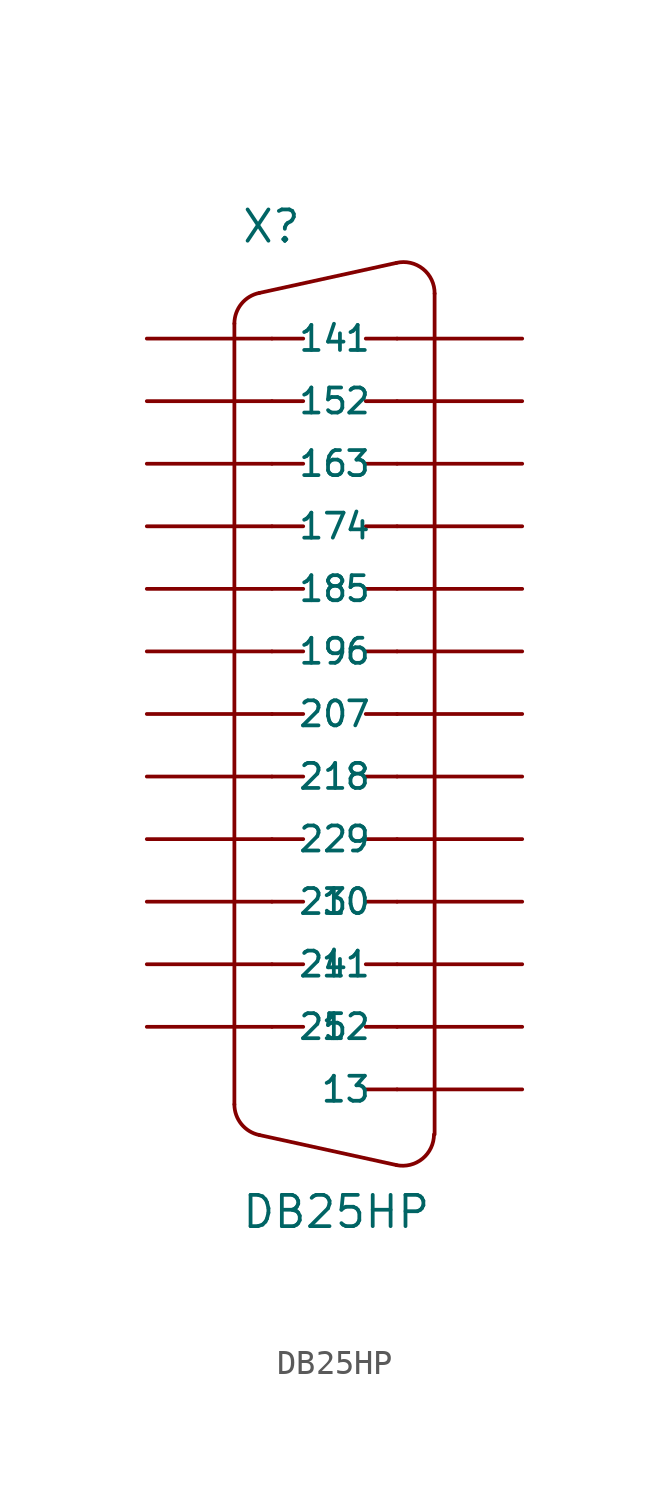
<source format=kicad_sym>
(kicad_symbol_lib
  (version 20211014)
  (generator kicad_symbol_editor)
  (symbol "DB25HP"
    (pin_numbers hide)
    (pin_names
      (offset 1.016))
    (property "Reference" "X"
      (at -3.81 16.51 0)
      (effects (font (size 1.27 1.27)) (justify left bottom)))
    (property "Value" "DB25HP"
      (at -3.81 -23.495 0)
      (effects (font (size 1.27 1.27)) (justify left bottom)))
    (property "Datasheet" ""
      (at 0 0 0)
      (effects (font (size 1.524 1.524))))
    (property "ki_locked" ""
      (at 0 0 0)
      (effects (font (size 1.27 1.27))))
    (symbol "DB25HP_1_0"
      (polyline (pts (xy -4.064 13.31) (xy -4.064 -18.39)) (stroke (width 0) (type default) (color 0 0 0 0)) (fill (type none)))
      (polyline (pts (xy -2.54 -15.24) (xy -1.27 -15.24)) (stroke (width 0) (type default) (color 0 0 0 0)) (fill (type none)))
      (polyline (pts (xy -2.54 -12.7) (xy -1.27 -12.7)) (stroke (width 0) (type default) (color 0 0 0 0)) (fill (type none)))
      (polyline (pts (xy -2.54 -10.16) (xy -1.27 -10.16)) (stroke (width 0) (type default) (color 0 0 0 0)) (fill (type none)))
      (polyline (pts (xy -2.54 -7.62) (xy -1.27 -7.62)) (stroke (width 0) (type default) (color 0 0 0 0)) (fill (type none)))
      (polyline (pts (xy -2.54 -5.08) (xy -1.27 -5.08)) (stroke (width 0) (type default) (color 0 0 0 0)) (fill (type none)))
      (polyline (pts (xy -2.54 -2.54) (xy -1.27 -2.54)) (stroke (width 0) (type default) (color 0 0 0 0)) (fill (type none)))
      (polyline (pts (xy -2.54 0) (xy -1.27 0)) (stroke (width 0) (type default) (color 0 0 0 0)) (fill (type none)))
      (polyline (pts (xy -2.54 2.54) (xy -1.27 2.54)) (stroke (width 0) (type default) (color 0 0 0 0)) (fill (type none)))
      (polyline (pts (xy -2.54 5.08) (xy -1.27 5.08)) (stroke (width 0) (type default) (color 0 0 0 0)) (fill (type none)))
      (polyline (pts (xy -2.54 7.62) (xy -1.27 7.62)) (stroke (width 0) (type default) (color 0 0 0 0)) (fill (type none)))
      (polyline (pts (xy -2.54 10.16) (xy -1.27 10.16)) (stroke (width 0) (type default) (color 0 0 0 0)) (fill (type none)))
      (polyline (pts (xy -2.54 12.7) (xy -1.27 12.7)) (stroke (width 0) (type default) (color 0 0 0 0)) (fill (type none)))
      (polyline (pts (xy 1.27 -17.78) (xy 2.54 -17.78)) (stroke (width 0) (type default) (color 0 0 0 0)) (fill (type none)))
      (polyline (pts (xy 1.27 -15.24) (xy 2.54 -15.24)) (stroke (width 0) (type default) (color 0 0 0 0)) (fill (type none)))
      (polyline (pts (xy 1.27 -12.7) (xy 2.54 -12.7)) (stroke (width 0) (type default) (color 0 0 0 0)) (fill (type none)))
      (polyline (pts (xy 1.27 -10.16) (xy 2.54 -10.16)) (stroke (width 0) (type default) (color 0 0 0 0)) (fill (type none)))
      (polyline (pts (xy 1.27 -7.62) (xy 2.54 -7.62)) (stroke (width 0) (type default) (color 0 0 0 0)) (fill (type none)))
      (polyline (pts (xy 1.27 -5.08) (xy 2.54 -5.08)) (stroke (width 0) (type default) (color 0 0 0 0)) (fill (type none)))
      (polyline (pts (xy 1.27 -2.54) (xy 2.54 -2.54)) (stroke (width 0) (type default) (color 0 0 0 0)) (fill (type none)))
      (polyline (pts (xy 1.27 0) (xy 2.54 0)) (stroke (width 0) (type default) (color 0 0 0 0)) (fill (type none)))
      (polyline (pts (xy 1.27 2.54) (xy 2.54 2.54)) (stroke (width 0) (type default) (color 0 0 0 0)) (fill (type none)))
      (polyline (pts (xy 1.27 5.08) (xy 2.54 5.08)) (stroke (width 0) (type default) (color 0 0 0 0)) (fill (type none)))
      (polyline (pts (xy 1.27 7.62) (xy 2.54 7.62)) (stroke (width 0) (type default) (color 0 0 0 0)) (fill (type none)))
      (polyline (pts (xy 1.27 10.16) (xy 2.54 10.16)) (stroke (width 0) (type default) (color 0 0 0 0)) (fill (type none)))
      (polyline (pts (xy 1.27 12.7) (xy 2.54 12.7)) (stroke (width 0) (type default) (color 0 0 0 0)) (fill (type none)))
      (polyline (pts (xy 2.515 -20.853) (xy -3.048 -19.634)) (stroke (width 0) (type default) (color 0 0 0 0)) (fill (type none)))
      (polyline (pts (xy 2.515 15.773) (xy -3.048 14.554)) (stroke (width 0) (type default) (color 0 0 0 0)) (fill (type none)))
      (polyline (pts (xy 4.064 14.529) (xy 4.064 -19.609)) (stroke (width 0) (type default) (color 0 0 0 0)) (fill (type none))))
    (symbol "DB25HP_1_1"
      (arc (start -4.064 -18.3896) (mid -3.7777 -19.1928) (end -3.048 -19.6342) (stroke (width 0) (type default) (color 0 0 0 0)) (fill (type none)))
      (arc (start -3.048 14.5542) (mid -3.7779 14.113) (end -4.064 13.3096) (stroke (width 0) (type default) (color 0 0 0 0)) (fill (type none)))
      (arc (start 2.5146 -20.8534) (mid 3.572 -20.5927) (end 4.0386 -19.6088) (stroke (width 0) (type default) (color 0 0 0 0)) (fill (type none)))
      (arc (start 4.064 14.5288) (mid 3.5879 15.5322) (end 2.5146 15.7734) (stroke (width 0) (type default) (color 0 0 0 0)) (fill (type none)))
      (pin passive line (at 7.62 12.7 180) (length 5.08) (name "1" (effects (font (size 1.016 1.016)))) (number "1" (effects (font (size 1.016 1.016)))))
      (pin passive line (at 7.62 -10.16 180) (length 5.08) (name "10" (effects (font (size 1.016 1.016)))) (number "10" (effects (font (size 1.016 1.016)))))
      (pin passive line (at 7.62 -12.7 180) (length 5.08) (name "11" (effects (font (size 1.016 1.016)))) (number "11" (effects (font (size 1.016 1.016)))))
      (pin passive line (at 7.62 -15.24 180) (length 5.08) (name "12" (effects (font (size 1.016 1.016)))) (number "12" (effects (font (size 1.016 1.016)))))
      (pin passive line (at 7.62 -17.78 180) (length 5.08) (name "13" (effects (font (size 1.016 1.016)))) (number "13" (effects (font (size 1.016 1.016)))))
      (pin passive line (at -7.62 12.7 0) (length 5.08) (name "14" (effects (font (size 1.016 1.016)))) (number "14" (effects (font (size 1.016 1.016)))))
      (pin passive line (at -7.62 10.16 0) (length 5.08) (name "15" (effects (font (size 1.016 1.016)))) (number "15" (effects (font (size 1.016 1.016)))))
      (pin passive line (at -7.62 7.62 0) (length 5.08) (name "16" (effects (font (size 1.016 1.016)))) (number "16" (effects (font (size 1.016 1.016)))))
      (pin passive line (at -7.62 5.08 0) (length 5.08) (name "17" (effects (font (size 1.016 1.016)))) (number "17" (effects (font (size 1.016 1.016)))))
      (pin passive line (at -7.62 2.54 0) (length 5.08) (name "18" (effects (font (size 1.016 1.016)))) (number "18" (effects (font (size 1.016 1.016)))))
      (pin passive line (at -7.62 0 0) (length 5.08) (name "19" (effects (font (size 1.016 1.016)))) (number "19" (effects (font (size 1.016 1.016)))))
      (pin passive line (at 7.62 10.16 180) (length 5.08) (name "2" (effects (font (size 1.016 1.016)))) (number "2" (effects (font (size 1.016 1.016)))))
      (pin passive line (at -7.62 -2.54 0) (length 5.08) (name "20" (effects (font (size 1.016 1.016)))) (number "20" (effects (font (size 1.016 1.016)))))
      (pin passive line (at -7.62 -5.08 0) (length 5.08) (name "21" (effects (font (size 1.016 1.016)))) (number "21" (effects (font (size 1.016 1.016)))))
      (pin passive line (at -7.62 -7.62 0) (length 5.08) (name "22" (effects (font (size 1.016 1.016)))) (number "22" (effects (font (size 1.016 1.016)))))
      (pin passive line (at -7.62 -10.16 0) (length 5.08) (name "23" (effects (font (size 1.016 1.016)))) (number "23" (effects (font (size 1.016 1.016)))))
      (pin passive line (at -7.62 -12.7 0) (length 5.08) (name "24" (effects (font (size 1.016 1.016)))) (number "24" (effects (font (size 1.016 1.016)))))
      (pin passive line (at -7.62 -15.24 0) (length 5.08) (name "25" (effects (font (size 1.016 1.016)))) (number "25" (effects (font (size 1.016 1.016)))))
      (pin passive line (at 7.62 7.62 180) (length 5.08) (name "3" (effects (font (size 1.016 1.016)))) (number "3" (effects (font (size 1.016 1.016)))))
      (pin passive line (at 7.62 5.08 180) (length 5.08) (name "4" (effects (font (size 1.016 1.016)))) (number "4" (effects (font (size 1.016 1.016)))))
      (pin passive line (at 7.62 2.54 180) (length 5.08) (name "5" (effects (font (size 1.016 1.016)))) (number "5" (effects (font (size 1.016 1.016)))))
      (pin passive line (at 7.62 0 180) (length 5.08) (name "6" (effects (font (size 1.016 1.016)))) (number "6" (effects (font (size 1.016 1.016)))))
      (pin passive line (at 7.62 -2.54 180) (length 5.08) (name "7" (effects (font (size 1.016 1.016)))) (number "7" (effects (font (size 1.016 1.016)))))
      (pin passive line (at 7.62 -5.08 180) (length 5.08) (name "8" (effects (font (size 1.016 1.016)))) (number "8" (effects (font (size 1.016 1.016)))))
      (pin passive line (at 7.62 -7.62 180) (length 5.08) (name "9" (effects (font (size 1.016 1.016)))) (number "9" (effects (font (size 1.016 1.016))))))))
</source>
